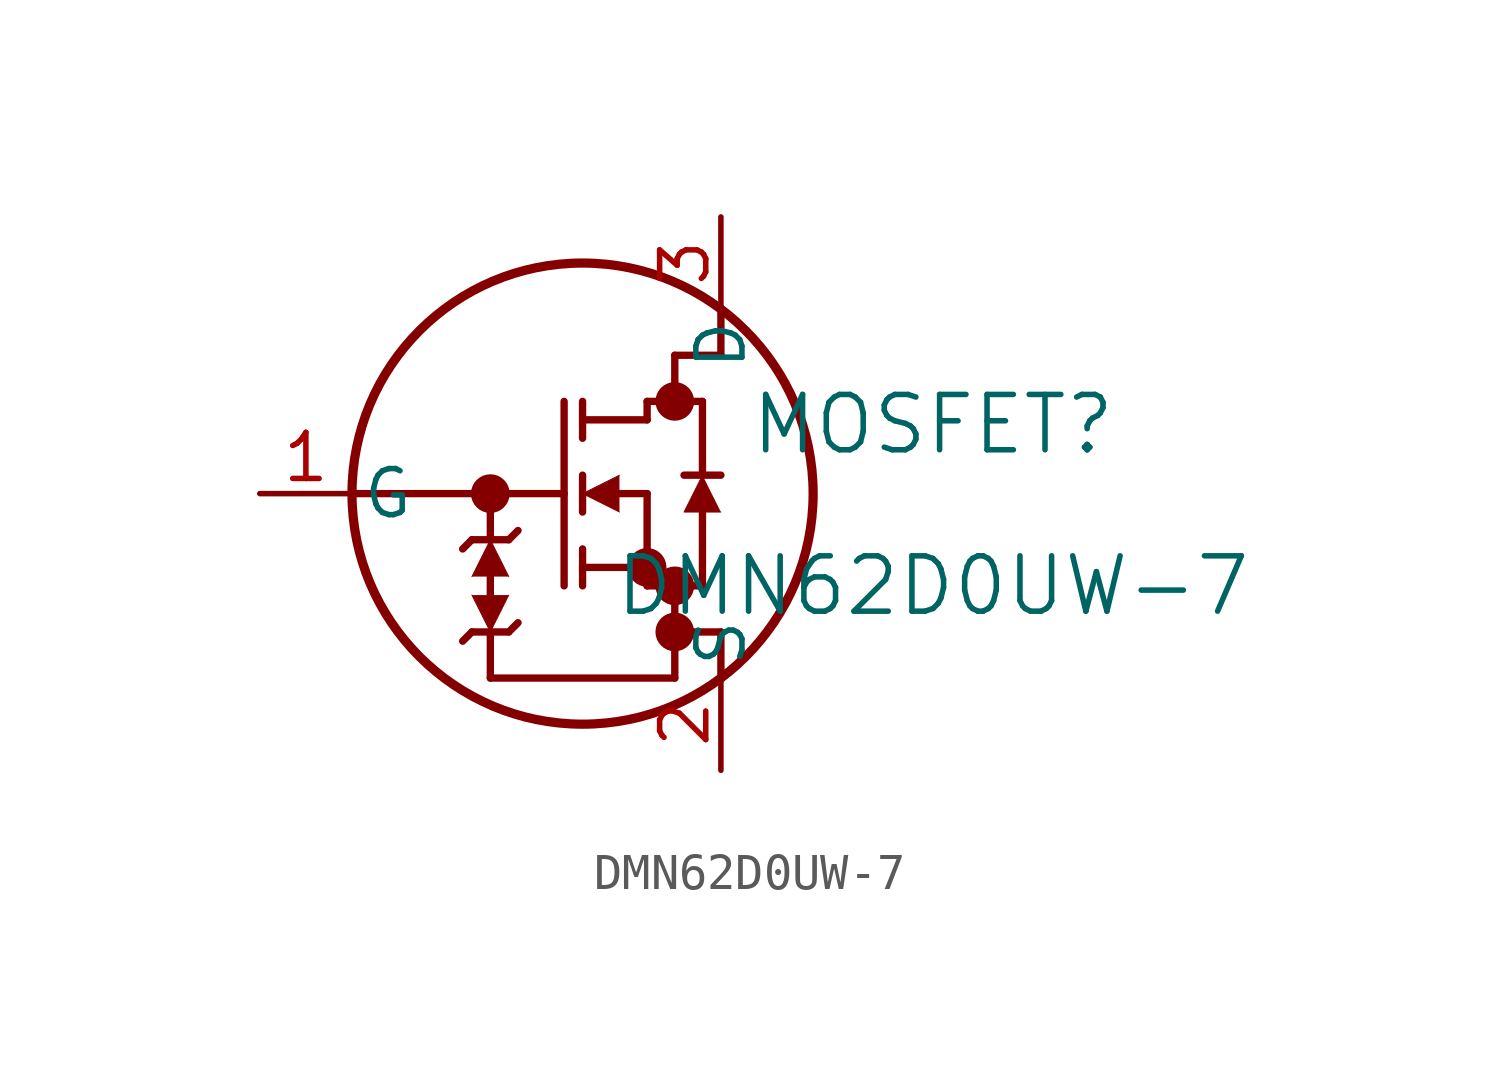
<source format=kicad_sym>
(kicad_symbol_lib
  (version 20220914)
  (generator kicad_symbol_editor)
  (symbol "DMN62D0UW-7"
    (pin_names
      (offset 0.254))
    (property "Reference" "MOSFET"
      (at 18.542 1.905 0)
      (effects (font (size 1.524 1.524))))
    (property "Value" "DMN62D0UW-7"
      (at 18.542 -2.54 0)
      (effects (font (size 1.524 1.524))))
    (property "ki_locked" ""
      (at 0 0 0)
      (effects (font (size 1.27 1.27))))
    (symbol "DMN62D0UW-7_0_1"
      (polyline (pts (xy 2.54 0) (xy 8.382 0)) (stroke (width 0.203) (type default)) (fill (type none)))
      (polyline (pts (xy 5.842 -3.81) (xy 5.588 -4.064)) (stroke (width 0.203) (type default)) (fill (type none)))
      (polyline (pts (xy 5.842 -1.27) (xy 5.588 -1.524)) (stroke (width 0.203) (type default)) (fill (type none)))
      (polyline (pts (xy 5.842 -1.27) (xy 6.858 -1.27)) (stroke (width 0.203) (type default)) (fill (type none)))
      (polyline (pts (xy 6.35 -5.08) (xy 6.35 -3.81)) (stroke (width 0.203) (type default)) (fill (type none)))
      (polyline (pts (xy 6.35 -2.794) (xy 6.35 -2.286)) (stroke (width 0.203) (type default)) (fill (type none)))
      (polyline (pts (xy 6.35 -1.27) (xy 6.35 0)) (stroke (width 0.203) (type default)) (fill (type none)))
      (polyline (pts (xy 6.858 -3.81) (xy 5.842 -3.81)) (stroke (width 0.203) (type default)) (fill (type none)))
      (polyline (pts (xy 6.858 -3.81) (xy 7.112 -3.556)) (stroke (width 0.203) (type default)) (fill (type none)))
      (polyline (pts (xy 6.858 -1.27) (xy 7.112 -1.016)) (stroke (width 0.203) (type default)) (fill (type none)))
      (polyline (pts (xy 8.382 -2.54) (xy 8.382 2.54)) (stroke (width 0.203) (type default)) (fill (type none)))
      (polyline (pts (xy 8.89 -2.54) (xy 8.89 -1.524)) (stroke (width 0.203) (type default)) (fill (type none)))
      (polyline (pts (xy 8.89 -2.032) (xy 10.668 -2.032)) (stroke (width 0.203) (type default)) (fill (type none)))
      (polyline (pts (xy 8.89 -0.508) (xy 8.89 0.508)) (stroke (width 0.203) (type default)) (fill (type none)))
      (polyline (pts (xy 8.89 1.524) (xy 8.89 2.54)) (stroke (width 0.203) (type default)) (fill (type none)))
      (polyline (pts (xy 8.89 2.032) (xy 10.668 2.032)) (stroke (width 0.203) (type default)) (fill (type none)))
      (polyline (pts (xy 9.906 0) (xy 10.668 0)) (stroke (width 0.203) (type default)) (fill (type none)))
      (polyline (pts (xy 10.668 -2.54) (xy 10.668 0)) (stroke (width 0.203) (type default)) (fill (type none)))
      (polyline (pts (xy 10.668 -2.54) (xy 12.192 -2.54)) (stroke (width 0.203) (type default)) (fill (type none)))
      (polyline (pts (xy 10.668 2.032) (xy 10.668 2.54)) (stroke (width 0.203) (type default)) (fill (type none)))
      (polyline (pts (xy 10.668 2.54) (xy 12.192 2.54)) (stroke (width 0.203) (type default)) (fill (type none)))
      (polyline (pts (xy 11.43 -5.08) (xy 6.35 -5.08)) (stroke (width 0.203) (type default)) (fill (type none)))
      (polyline (pts (xy 11.43 -2.54) (xy 11.43 -5.08)) (stroke (width 0.203) (type default)) (fill (type none)))
      (polyline (pts (xy 11.43 3.81) (xy 11.43 2.54)) (stroke (width 0.203) (type default)) (fill (type none)))
      (polyline (pts (xy 11.43 3.81) (xy 12.7 3.81)) (stroke (width 0.203) (type default)) (fill (type none)))
      (polyline (pts (xy 12.192 -2.54) (xy 12.192 -0.508)) (stroke (width 0.203) (type default)) (fill (type none)))
      (polyline (pts (xy 12.192 0.508) (xy 12.192 2.54)) (stroke (width 0.203) (type default)) (fill (type none)))
      (polyline (pts (xy 12.7 -5.08) (xy 12.7 -3.81)) (stroke (width 0.203) (type default)) (fill (type none)))
      (polyline (pts (xy 12.7 -3.81) (xy 11.455 -3.81)) (stroke (width 0.203) (type default)) (fill (type none)))
      (polyline (pts (xy 12.7 0.508) (xy 11.684 0.508)) (stroke (width 0.203) (type default)) (fill (type none)))
      (polyline (pts (xy 12.7 3.81) (xy 12.7 5.08)) (stroke (width 0.203) (type default)) (fill (type none)))
      (polyline (pts (xy 5.842 -2.794) (xy 6.35 -3.81) (xy 6.858 -2.794)) (stroke (width 0.025) (type default)) (fill (type outline)))
      (polyline (pts (xy 6.858 -2.286) (xy 6.35 -1.27) (xy 5.842 -2.286)) (stroke (width 0.025) (type default)) (fill (type outline)))
      (polyline (pts (xy 9.906 0.508) (xy 8.89 0) (xy 9.906 -0.508)) (stroke (width 0.025) (type default)) (fill (type outline)))
      (polyline (pts (xy 12.7 -0.508) (xy 11.684 -0.508) (xy 12.192 0.508)) (stroke (width 0.025) (type default)) (fill (type outline)))
      (circle (center 6.35 0) (radius 0.025) (stroke (width 0.508) (type default)) (fill (type none)))
      (circle (center 8.89 0) (radius 6.35) (stroke (width 0.254) (type default)) (fill (type none)))
      (circle (center 10.668 -2.032) (radius 0.025) (stroke (width 0.508) (type default)) (fill (type none)))
      (circle (center 11.43 -3.81) (radius 0.025) (stroke (width 0.508) (type default)) (fill (type none)))
      (circle (center 11.43 -2.54) (radius 0.025) (stroke (width 0.508) (type default)) (fill (type none)))
      (circle (center 11.43 2.54) (radius 0.025) (stroke (width 0.508) (type default)) (fill (type none)))
      (pin unspecified line (at 0 0 0) (length 2.54) (name "G" (effects (font (size 1.27 1.27)))) (number "1" (effects (font (size 1.27 1.27))))))
    (symbol "DMN62D0UW-7_1_1"
      (pin unspecified line (at 12.7 -7.62 90) (length 2.54) (name "S" (effects (font (size 1.27 1.27)))) (number "2" (effects (font (size 1.27 1.27)))))
      (pin unspecified line (at 12.7 7.62 270) (length 2.54) (name "D" (effects (font (size 1.27 1.27)))) (number "3" (effects (font (size 1.27 1.27))))))))
</source>
